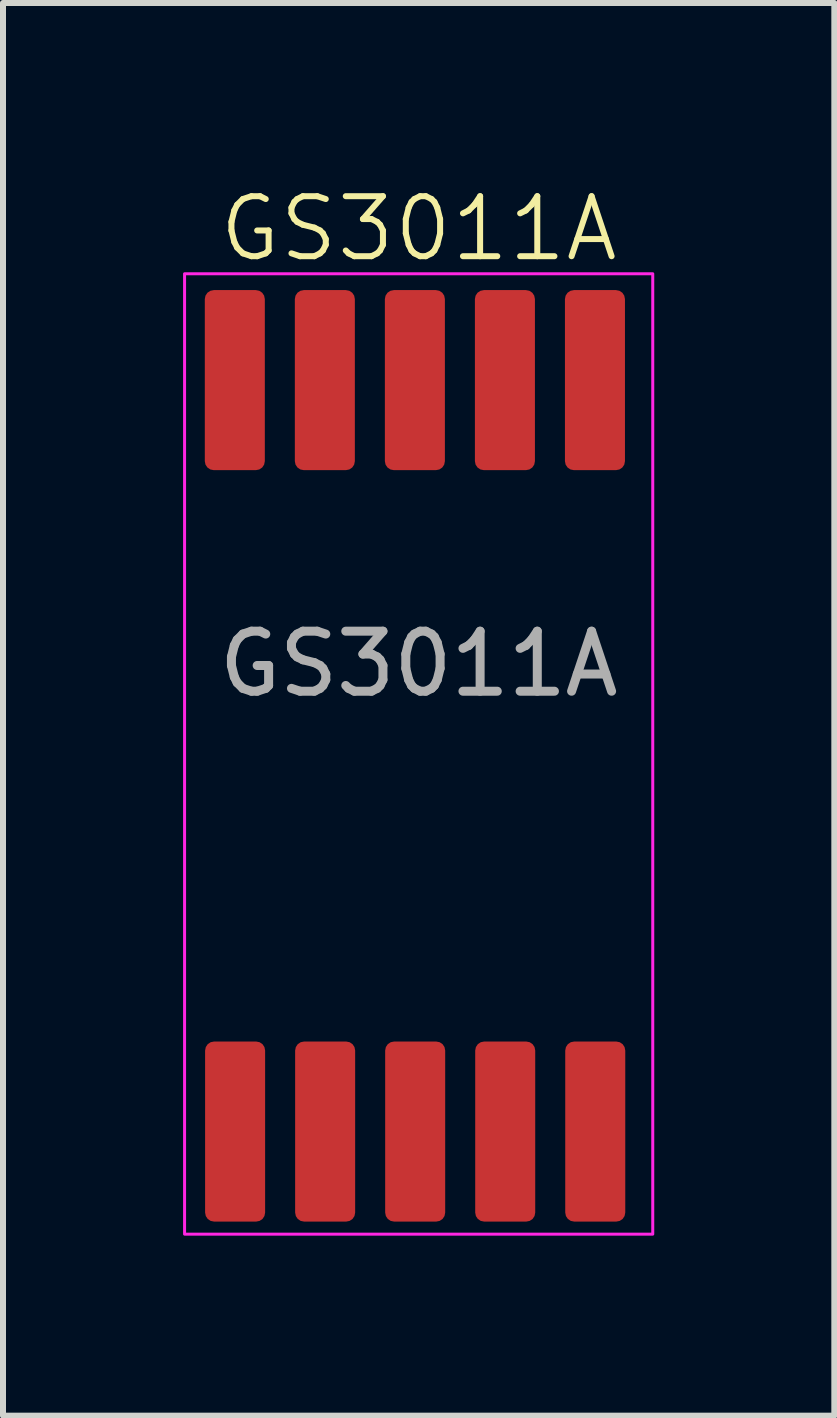
<source format=kicad_pcb>
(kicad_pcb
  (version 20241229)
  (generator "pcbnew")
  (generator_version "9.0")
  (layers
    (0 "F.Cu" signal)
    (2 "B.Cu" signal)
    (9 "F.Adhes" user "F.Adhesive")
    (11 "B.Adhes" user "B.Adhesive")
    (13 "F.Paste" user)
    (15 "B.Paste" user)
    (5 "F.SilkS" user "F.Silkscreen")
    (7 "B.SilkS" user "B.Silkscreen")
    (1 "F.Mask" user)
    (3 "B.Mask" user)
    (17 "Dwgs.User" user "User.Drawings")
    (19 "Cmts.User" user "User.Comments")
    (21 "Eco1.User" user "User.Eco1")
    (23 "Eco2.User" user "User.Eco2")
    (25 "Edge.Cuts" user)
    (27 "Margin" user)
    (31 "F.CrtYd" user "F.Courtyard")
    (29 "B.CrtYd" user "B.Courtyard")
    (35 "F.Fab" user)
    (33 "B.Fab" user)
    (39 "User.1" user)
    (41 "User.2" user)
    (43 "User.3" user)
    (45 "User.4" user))
  (footprint "GS3011A"
    (layer "F.Cu")
    (at 3.925 9.511)
    (property "Reference" "GS3011A" (at 0 -8.75 0) (unlocked yes) (layer "F.SilkS") (effects (font (size 1 1) (thickness 0.1))))
    (attr smd)
    (fp_rect (start -3.9 -8) (end 3.9 8) (stroke (width 0.05) (type solid)) (fill no) (layer "F.CrtYd"))
    (fp_text user "${REFERENCE}" (at 0 -1.5 0) (unlocked yes) (layer "F.Fab") (effects (font (size 1 1) (thickness 0.15))))
    (pad "1" smd roundrect (at -3.058 6.291 90) (size 3 1) (layers "F.Cu" "F.Mask" "F.Paste") (roundrect_rratio 0.15))
    (pad "2" smd roundrect (at -1.558 6.291 90) (size 3 1) (layers "F.Cu" "F.Mask" "F.Paste") (roundrect_rratio 0.15))
    (pad "3" smd roundrect (at -0.058 6.291 90) (size 3 1) (layers "F.Cu" "F.Mask" "F.Paste") (roundrect_rratio 0.15))
    (pad "4" smd roundrect (at 1.442 6.291 90) (size 3 1) (layers "F.Cu" "F.Mask" "F.Paste") (roundrect_rratio 0.15))
    (pad "5" smd roundrect (at 2.942 6.291 90) (size 3 1) (layers "F.Cu" "F.Mask" "F.Paste") (roundrect_rratio 0.15))
    (pad "6" smd roundrect (at 2.937 -6.228 90) (size 3 1) (layers "F.Cu" "F.Mask" "F.Paste") (roundrect_rratio 0.15))
    (pad "7" smd roundrect (at 1.437 -6.228 90) (size 3 1) (layers "F.Cu" "F.Mask" "F.Paste") (roundrect_rratio 0.15))
    (pad "8" smd roundrect (at -0.063 -6.228 90) (size 3 1) (layers "F.Cu" "F.Mask" "F.Paste") (roundrect_rratio 0.15))
    (pad "9" smd roundrect (at -1.563 -6.228 90) (size 3 1) (layers "F.Cu" "F.Mask" "F.Paste") (roundrect_rratio 0.15))
    (pad "10" smd roundrect (at -3.063 -6.228 90) (size 3 1) (layers "F.Cu" "F.Mask" "F.Paste") (roundrect_rratio 0.15)))
  (gr_rect
    (start -3 -3)
    (end 10.85 20.535)
    (stroke (width 0.1) (type default))
    (fill no)
    (layer "Edge.Cuts")))
</source>
